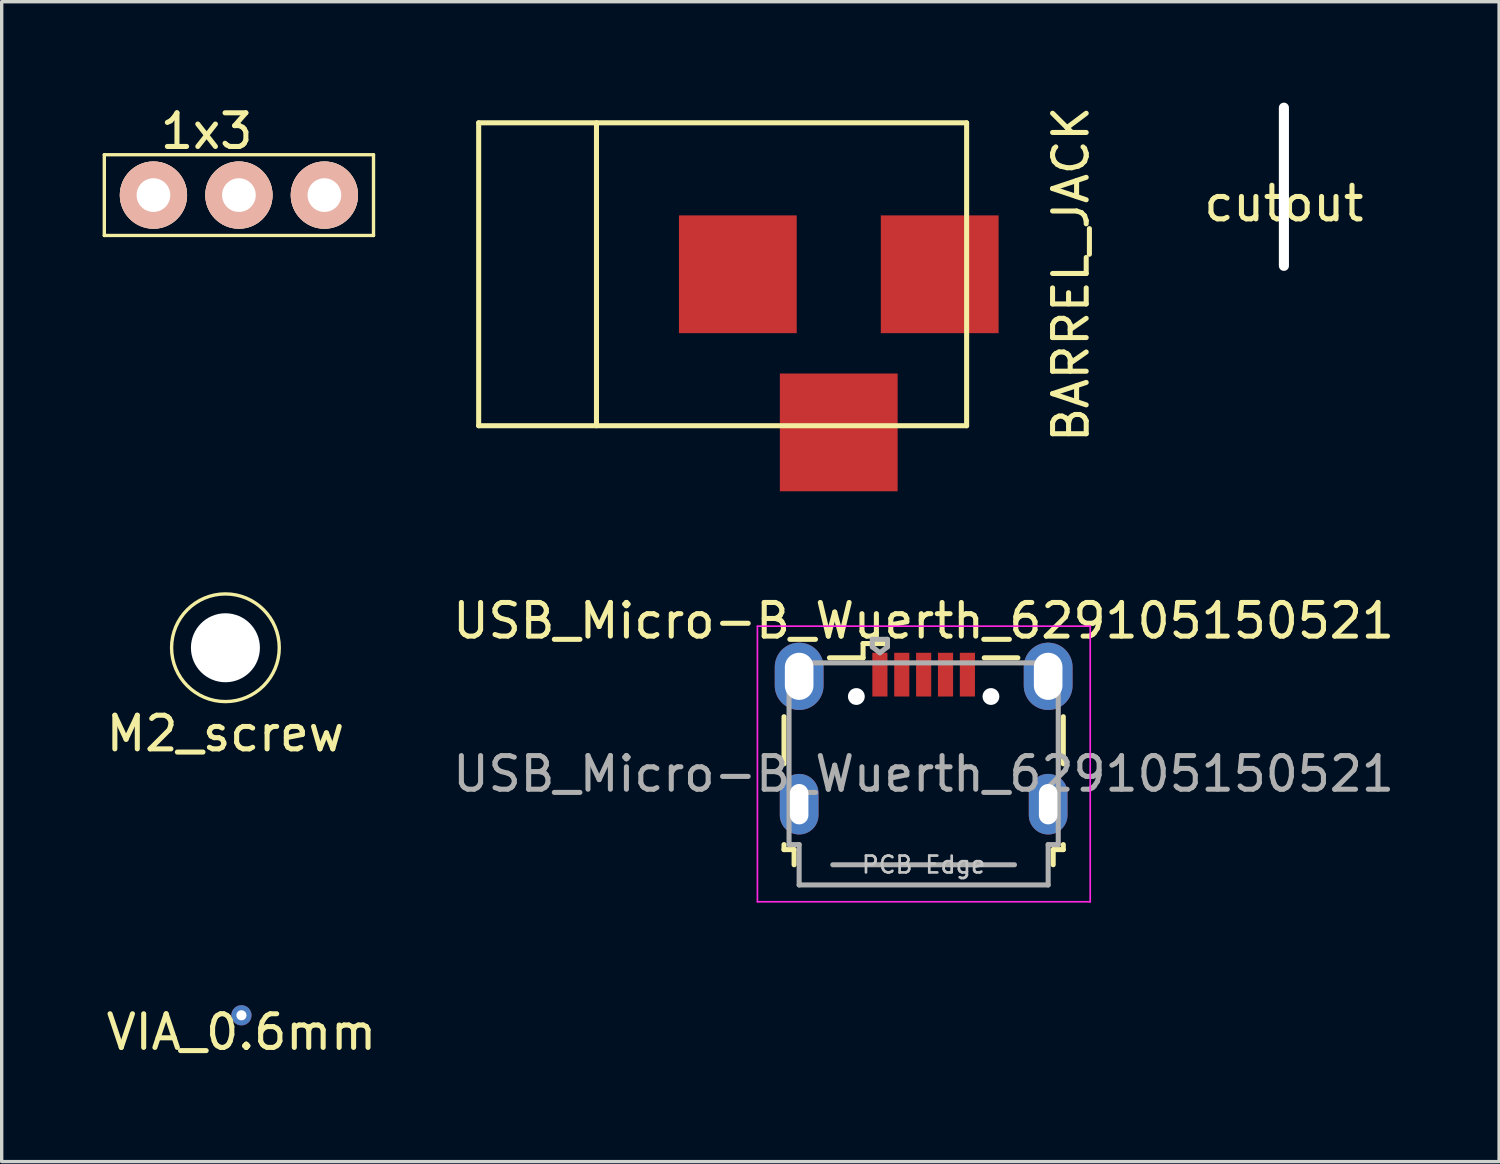
<source format=kicad_pcb>
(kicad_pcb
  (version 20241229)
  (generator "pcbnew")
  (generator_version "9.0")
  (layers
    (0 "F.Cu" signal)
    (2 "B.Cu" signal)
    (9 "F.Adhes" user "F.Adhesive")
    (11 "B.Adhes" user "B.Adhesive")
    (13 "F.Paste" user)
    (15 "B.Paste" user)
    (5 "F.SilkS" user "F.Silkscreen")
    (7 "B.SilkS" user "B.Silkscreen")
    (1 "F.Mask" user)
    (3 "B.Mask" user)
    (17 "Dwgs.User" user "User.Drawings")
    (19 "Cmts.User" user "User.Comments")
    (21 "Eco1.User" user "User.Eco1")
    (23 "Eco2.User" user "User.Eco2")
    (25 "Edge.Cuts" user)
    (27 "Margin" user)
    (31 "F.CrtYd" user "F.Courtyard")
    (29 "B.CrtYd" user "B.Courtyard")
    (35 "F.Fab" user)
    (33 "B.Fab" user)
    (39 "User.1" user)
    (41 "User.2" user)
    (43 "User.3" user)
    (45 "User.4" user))
  (footprint "USB_Micro-B_Wuerth_629105150521"
    (layer "F.Cu")
    (at 24.399 18.899)
    (property "Reference" "USB_Micro-B_Wuerth_629105150521" (at 0 -3.5 0) (layer "F.SilkS") (effects (font (size 1 1) (thickness 0.15))))
    (attr smd)
    (fp_line (start -4.15 -0.65) (end -4.15 0.75) (stroke (width 0.15) (type solid)) (layer "F.SilkS"))
    (fp_line (start -4.15 3.15) (end -4.15 3.3) (stroke (width 0.15) (type solid)) (layer "F.SilkS"))
    (fp_line (start -4.15 3.3) (end -3.85 3.3) (stroke (width 0.15) (type solid)) (layer "F.SilkS"))
    (fp_line (start -3.85 3.3) (end -3.85 3.75) (stroke (width 0.15) (type solid)) (layer "F.SilkS"))
    (fp_line (start -1.8 -2.825) (end -1.8 -2.4) (stroke (width 0.15) (type solid)) (layer "F.SilkS"))
    (fp_line (start -1.8 -2.4) (end -2.8 -2.4) (stroke (width 0.15) (type solid)) (layer "F.SilkS"))
    (fp_line (start -1.075 -2.825) (end -1.8 -2.825) (stroke (width 0.15) (type solid)) (layer "F.SilkS"))
    (fp_line (start 1.8 -2.4) (end 2.8 -2.4) (stroke (width 0.15) (type solid)) (layer "F.SilkS"))
    (fp_line (start 3.85 3.3) (end 4.15 3.3) (stroke (width 0.15) (type solid)) (layer "F.SilkS"))
    (fp_line (start 3.85 3.75) (end 3.85 3.3) (stroke (width 0.15) (type solid)) (layer "F.SilkS"))
    (fp_line (start 4.15 0.75) (end 4.15 -0.65) (stroke (width 0.15) (type solid)) (layer "F.SilkS"))
    (fp_line (start 4.15 3.3) (end 4.15 3.15) (stroke (width 0.15) (type solid)) (layer "F.SilkS"))
    (fp_line (start -4.94 -3.34) (end -4.94 4.85) (stroke (width 0.05) (type solid)) (layer "F.CrtYd"))
    (fp_line (start -4.94 4.85) (end 4.95 4.85) (stroke (width 0.05) (type solid)) (layer "F.CrtYd"))
    (fp_line (start 4.95 -3.34) (end -4.94 -3.34) (stroke (width 0.05) (type solid)) (layer "F.CrtYd"))
    (fp_line (start 4.95 4.85) (end 4.95 -3.34) (stroke (width 0.05) (type solid)) (layer "F.CrtYd"))
    (fp_line (start -4 -2.25) (end -4 3.15) (stroke (width 0.15) (type solid)) (layer "F.Fab"))
    (fp_line (start -4 3.15) (end -3.7 3.15) (stroke (width 0.15) (type solid)) (layer "F.Fab"))
    (fp_line (start -3.7 3.15) (end -3.7 4.35) (stroke (width 0.15) (type solid)) (layer "F.Fab"))
    (fp_line (start -3.7 4.35) (end 3.7 4.35) (stroke (width 0.15) (type solid)) (layer "F.Fab"))
    (fp_line (start -2.7 3.75) (end 2.7 3.75) (stroke (width 0.15) (type solid)) (layer "F.Fab"))
    (fp_line (start -1.525 -2.95) (end -1.075 -2.95) (stroke (width 0.15) (type solid)) (layer "F.Fab"))
    (fp_line (start -1.525 -2.725) (end -1.525 -2.95) (stroke (width 0.15) (type solid)) (layer "F.Fab"))
    (fp_line (start -1.3 -2.55) (end -1.525 -2.725) (stroke (width 0.15) (type solid)) (layer "F.Fab"))
    (fp_line (start -1.075 -2.95) (end -1.075 -2.725) (stroke (width 0.15) (type solid)) (layer "F.Fab"))
    (fp_line (start -1.075 -2.725) (end -1.3 -2.55) (stroke (width 0.15) (type solid)) (layer "F.Fab"))
    (fp_line (start 3.7 3.15) (end 4 3.15) (stroke (width 0.15) (type solid)) (layer "F.Fab"))
    (fp_line (start 3.7 4.35) (end 3.7 3.15) (stroke (width 0.15) (type solid)) (layer "F.Fab"))
    (fp_line (start 4 -2.25) (end -4 -2.25) (stroke (width 0.15) (type solid)) (layer "F.Fab"))
    (fp_line (start 4 3.15) (end 4 -2.25) (stroke (width 0.15) (type solid)) (layer "F.Fab"))
    (fp_text user "PCB Edge" (at 0 3.75 0) (layer "Dwgs.User") (effects (font (size 0.5 0.5) (thickness 0.08))))
    (fp_text user "${REFERENCE}" (at 0 1.05 0) (layer "F.Fab") (effects (font (size 1 1) (thickness 0.15))))
    (pad "" np_thru_hole circle (at -2 -1.25) (size 0.5 0.5) (drill 0.5) (layers "*.Cu" "*.Mask"))
    (pad "" np_thru_hole circle (at 2 -1.25) (size 0.5 0.5) (drill 0.5) (layers "*.Cu" "*.Mask"))
    (pad "1" smd rect (at -1.3 -1.9) (size 0.45 1.3) (layers "F.Cu" "F.Mask" "F.Paste"))
    (pad "2" smd rect (at -0.65 -1.9) (size 0.45 1.3) (layers "F.Cu" "F.Mask" "F.Paste"))
    (pad "3" smd rect (at 0 -1.9) (size 0.45 1.3) (layers "F.Cu" "F.Mask" "F.Paste"))
    (pad "4" smd rect (at 0.65 -1.9) (size 0.45 1.3) (layers "F.Cu" "F.Mask" "F.Paste"))
    (pad "5" smd rect (at 1.3 -1.9) (size 0.45 1.3) (layers "F.Cu" "F.Mask" "F.Paste"))
    (pad "6" thru_hole oval (at -3.7 -1.85) (size 1.45 2) (drill oval 0.85 1.4) (layers "*.Cu" "*.Mask"))
    (pad "6" thru_hole oval (at -3.7 1.95) (size 1.15 1.8) (drill oval 0.55 1.2) (layers "*.Cu" "*.Mask"))
    (pad "6" thru_hole oval (at 3.7 -1.85) (size 1.45 2) (drill oval 0.85 1.4) (layers "*.Cu" "*.Mask"))
    (pad "6" thru_hole oval (at 3.7 1.95) (size 1.15 1.8) (drill oval 0.55 1.2) (layers "*.Cu" "*.Mask")))
  (footprint "VIA_0.6mm"
    (layer "F.Cu")
    (at 4.125 27.122)
    (property "Reference" "VIA_0.6mm" (at 0 0.5 0) (layer "F.SilkS") (effects (font (size 1 1) (thickness 0.15))))
    (attr through_hole)
    (pad "1" thru_hole circle (at 0 0) (size 0.6 0.6) (drill 0.3) (layers "*.Cu")))
  (footprint "M2_screw"
    (layer "F.Cu")
    (at 3.649 16.2)
    (property "Reference" "M2_screw" (at 0 2.55 0) (layer "F.SilkS") (effects (font (size 1 1) (thickness 0.15))))
    (attr through_hole)
    (fp_circle (center 0 0) (end 0 1.6) (stroke (width 0.1) (type solid)) (fill no) (layer "F.SilkS"))
    (pad "" np_thru_hole circle (at 0 0) (size 2.05 2.05) (drill 2.05) (layers "*.Cu" "*.Mask")))
  (footprint "1x3"
    (layer "F.Cu")
    (at 4.05 2.748)
    (property "Reference" "1x3" (at -0.96 -1.9 0) (layer "F.SilkS") (effects (font (size 1 1) (thickness 0.15))))
    (attr through_hole)
    (fp_line (start -4 -1.2) (end 4 -1.2) (stroke (width 0.1) (type solid)) (layer "F.SilkS"))
    (fp_line (start -4 1.2) (end -4 -1.2) (stroke (width 0.1) (type solid)) (layer "F.SilkS"))
    (fp_line (start 4 -1.2) (end 4 1.2) (stroke (width 0.1) (type solid)) (layer "F.SilkS"))
    (fp_line (start 4 1.2) (end -4 1.2) (stroke (width 0.1) (type solid)) (layer "F.SilkS"))
    (pad "1" thru_hole circle (at -2.54 0) (size 1.999 1.999) (drill 1.001) (layers "*.Cu" "*.SilkS" "*.Mask"))
    (pad "2" thru_hole circle (at 0 0) (size 1.999 1.999) (drill 1.001) (layers "*.Cu" "*.SilkS" "*.Mask"))
    (pad "3" thru_hole circle (at 2.54 0) (size 1.999 1.999) (drill 1.001) (layers "*.Cu" "*.SilkS" "*.Mask")))
  (footprint "cutout"
    (layer "F.Cu")
    (at 35.105 2.5)
    (property "Reference" "cutout" (at 0 0.5 0) (layer "F.SilkS") (effects (font (size 1 1) (thickness 0.15))))
    (attr through_hole)
    (pad "" np_thru_hole oval (at 0 0) (size 0.3 5) (drill oval 0.3 5) (layers "*.Cu" "*.Mask")))
  (footprint "BARREL_JACK"
    (layer "F.Cu")
    (at 18.676 5.101)
    (property "Reference" "BARREL_JACK" (at 10.099 0 90) (layer "F.SilkS") (effects (font (size 1 1) (thickness 0.15))))
    (attr through_hole)
    (fp_line (start -7.501 -4.501) (end -7.501 4.501) (stroke (width 0.15) (type solid)) (layer "F.SilkS"))
    (fp_line (start -7.501 4.501) (end 7 4.501) (stroke (width 0.15) (type solid)) (layer "F.SilkS"))
    (fp_line (start -4 -4.501) (end -4 4.501) (stroke (width 0.15) (type solid)) (layer "F.SilkS"))
    (fp_line (start 7 -4.501) (end -7.501 -4.501) (stroke (width 0.15) (type solid)) (layer "F.SilkS"))
    (fp_line (start 7 4.501) (end 7 -4.501) (stroke (width 0.15) (type solid)) (layer "F.SilkS"))
    (pad "1" smd rect (at 6.2 0) (size 3.5 3.5) (layers "F.Cu" "F.Mask" "F.Paste"))
    (pad "2" smd rect (at 0.201 0) (size 3.5 3.5) (layers "F.Cu" "F.Mask" "F.Paste"))
    (pad "3" smd rect (at 3.2 4.699) (size 3.5 3.5) (layers "F.Cu" "F.Mask" "F.Paste")))
  (gr_rect
    (start -3 -3)
    (end 41.5 31.47)
    (stroke (width 0.1) (type default))
    (fill no)
    (layer "Edge.Cuts")))
</source>
